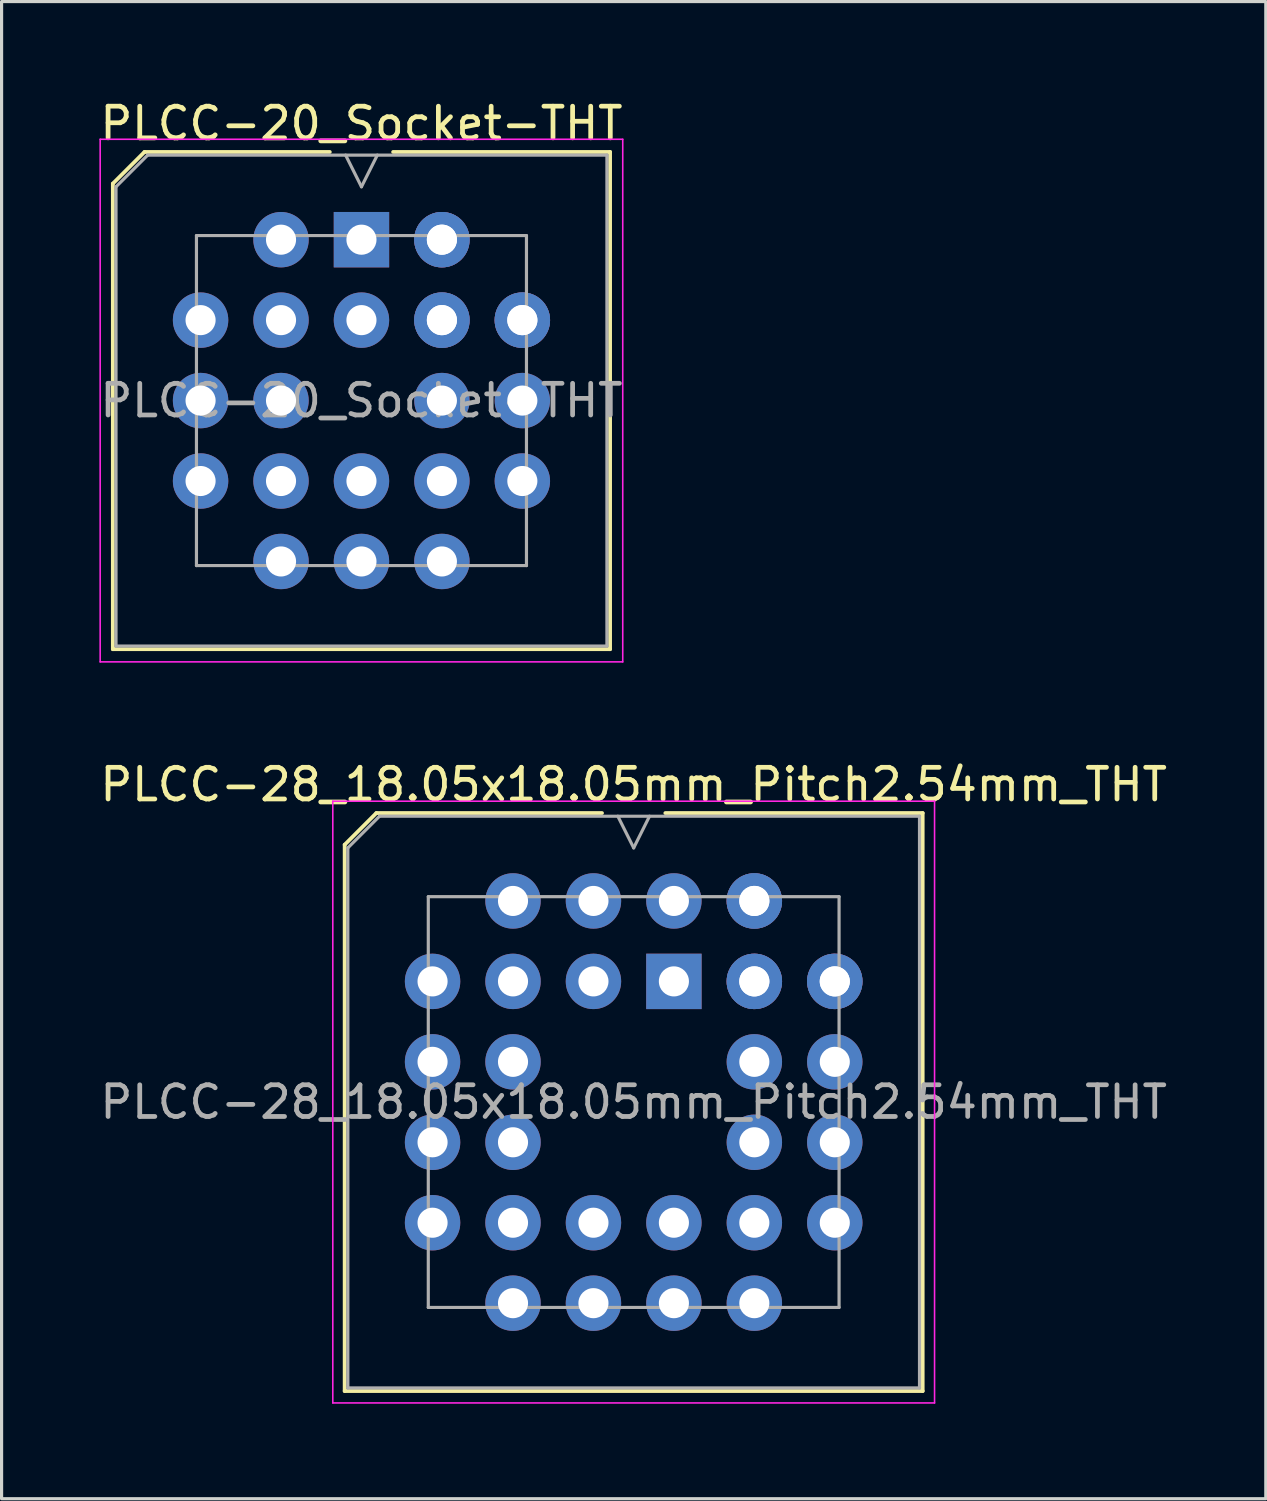
<source format=kicad_pcb>
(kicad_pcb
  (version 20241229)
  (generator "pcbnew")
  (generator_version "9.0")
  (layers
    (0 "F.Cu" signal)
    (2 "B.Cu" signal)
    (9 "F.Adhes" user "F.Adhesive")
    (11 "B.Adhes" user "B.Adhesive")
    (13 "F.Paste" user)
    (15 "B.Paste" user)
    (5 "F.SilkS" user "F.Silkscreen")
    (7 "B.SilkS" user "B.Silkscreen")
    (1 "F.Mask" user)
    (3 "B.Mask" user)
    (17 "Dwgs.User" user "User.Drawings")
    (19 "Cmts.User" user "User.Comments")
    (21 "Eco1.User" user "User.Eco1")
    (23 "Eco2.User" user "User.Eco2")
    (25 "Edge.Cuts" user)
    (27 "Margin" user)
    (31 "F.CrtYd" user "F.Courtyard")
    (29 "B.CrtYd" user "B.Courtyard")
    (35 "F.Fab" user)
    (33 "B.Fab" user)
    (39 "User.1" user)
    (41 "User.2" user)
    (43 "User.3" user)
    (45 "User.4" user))
  (footprint "PLCC-28_18.05x18.05mm_Pitch2.54mm_THT"
    (layer "F.Cu")
    (at 16.958 31.747)
    (property "Reference" "PLCC-28_18.05x18.05mm_Pitch2.54mm_THT" (at 0 -10.025 0) (layer "F.SilkS") (effects (font (size 1 1) (thickness 0.15))))
    (attr through_hole)
    (fp_line (start -9.125 -8.125) (end -9.125 9.125) (stroke (width 0.12) (type solid)) (layer "F.SilkS"))
    (fp_line (start -9.125 9.125) (end 9.125 9.125) (stroke (width 0.12) (type solid)) (layer "F.SilkS"))
    (fp_line (start -8.125 -9.125) (end -9.125 -8.125) (stroke (width 0.12) (type solid)) (layer "F.SilkS"))
    (fp_line (start -1 -9.125) (end -8.125 -9.125) (stroke (width 0.12) (type solid)) (layer "F.SilkS"))
    (fp_line (start 9.125 -9.125) (end 1 -9.125) (stroke (width 0.12) (type solid)) (layer "F.SilkS"))
    (fp_line (start 9.125 9.125) (end 9.125 -9.125) (stroke (width 0.12) (type solid)) (layer "F.SilkS"))
    (fp_line (start -9.5 -9.5) (end -9.5 9.5) (stroke (width 0.05) (type solid)) (layer "F.CrtYd"))
    (fp_line (start -9.5 9.5) (end 9.5 9.5) (stroke (width 0.05) (type solid)) (layer "F.CrtYd"))
    (fp_line (start 9.5 -9.5) (end -9.5 -9.5) (stroke (width 0.05) (type solid)) (layer "F.CrtYd"))
    (fp_line (start 9.5 9.5) (end 9.5 -9.5) (stroke (width 0.05) (type solid)) (layer "F.CrtYd"))
    (fp_line (start -9.025 -8.025) (end -9.025 9.025) (stroke (width 0.1) (type solid)) (layer "F.Fab"))
    (fp_line (start -9.025 9.025) (end 9.025 9.025) (stroke (width 0.1) (type solid)) (layer "F.Fab"))
    (fp_line (start -8.025 -9.025) (end -9.025 -8.025) (stroke (width 0.1) (type solid)) (layer "F.Fab"))
    (fp_line (start -6.485 -6.485) (end -6.485 6.485) (stroke (width 0.1) (type solid)) (layer "F.Fab"))
    (fp_line (start -6.485 6.485) (end 6.485 6.485) (stroke (width 0.1) (type solid)) (layer "F.Fab"))
    (fp_line (start -0.5 -9.025) (end 0 -8.025) (stroke (width 0.1) (type solid)) (layer "F.Fab"))
    (fp_line (start 0 -8.025) (end 0.5 -9.025) (stroke (width 0.1) (type solid)) (layer "F.Fab"))
    (fp_line (start 6.485 -6.485) (end -6.485 -6.485) (stroke (width 0.1) (type solid)) (layer "F.Fab"))
    (fp_line (start 6.485 6.485) (end 6.485 -6.485) (stroke (width 0.1) (type solid)) (layer "F.Fab"))
    (fp_line (start 9.025 -9.025) (end -8.025 -9.025) (stroke (width 0.1) (type solid)) (layer "F.Fab"))
    (fp_line (start 9.025 9.025) (end 9.025 -9.025) (stroke (width 0.1) (type solid)) (layer "F.Fab"))
    (fp_text user "${REFERENCE}" (at 0 0 0) (layer "F.Fab") (effects (font (size 1 1) (thickness 0.15))))
    (pad "1" thru_hole rect (at 1.27 -3.81) (size 1.75 1.75) (drill 0.95) (layers "*.Cu" "*.Mask"))
    (pad "2" thru_hole circle (at -1.27 -6.35) (size 1.75 1.75) (drill 0.95) (layers "*.Cu" "*.Mask"))
    (pad "3" thru_hole circle (at -1.27 -3.81) (size 1.75 1.75) (drill 0.95) (layers "*.Cu" "*.Mask"))
    (pad "4" thru_hole circle (at -3.81 -6.35) (size 1.75 1.75) (drill 0.95) (layers "*.Cu" "*.Mask"))
    (pad "5" thru_hole circle (at -6.35 -3.81) (size 1.75 1.75) (drill 0.95) (layers "*.Cu" "*.Mask"))
    (pad "6" thru_hole circle (at -3.81 -3.81) (size 1.75 1.75) (drill 0.95) (layers "*.Cu" "*.Mask"))
    (pad "7" thru_hole circle (at -6.35 -1.27) (size 1.75 1.75) (drill 0.95) (layers "*.Cu" "*.Mask"))
    (pad "8" thru_hole circle (at -3.81 -1.27) (size 1.75 1.75) (drill 0.95) (layers "*.Cu" "*.Mask"))
    (pad "9" thru_hole circle (at -6.35 1.27) (size 1.75 1.75) (drill 0.95) (layers "*.Cu" "*.Mask"))
    (pad "10" thru_hole circle (at -3.81 1.27) (size 1.75 1.75) (drill 0.95) (layers "*.Cu" "*.Mask"))
    (pad "11" thru_hole circle (at -6.35 3.81) (size 1.75 1.75) (drill 0.95) (layers "*.Cu" "*.Mask"))
    (pad "12" thru_hole circle (at -3.81 6.35) (size 1.75 1.75) (drill 0.95) (layers "*.Cu" "*.Mask"))
    (pad "13" thru_hole circle (at -3.81 3.81) (size 1.75 1.75) (drill 0.95) (layers "*.Cu" "*.Mask"))
    (pad "14" thru_hole circle (at -1.27 6.35) (size 1.75 1.75) (drill 0.95) (layers "*.Cu" "*.Mask"))
    (pad "15" thru_hole circle (at -1.27 3.81) (size 1.75 1.75) (drill 0.95) (layers "*.Cu" "*.Mask"))
    (pad "16" thru_hole circle (at 1.27 6.35) (size 1.75 1.75) (drill 0.95) (layers "*.Cu" "*.Mask"))
    (pad "17" thru_hole circle (at 1.27 3.81) (size 1.75 1.75) (drill 0.95) (layers "*.Cu" "*.Mask"))
    (pad "18" thru_hole circle (at 3.81 6.35) (size 1.75 1.75) (drill 0.95) (layers "*.Cu" "*.Mask"))
    (pad "19" thru_hole circle (at 3.81 3.81) (size 1.75 1.75) (drill 0.95) (layers "*.Cu" "*.Mask"))
    (pad "19" thru_hole circle (at 6.35 3.81) (size 1.75 1.75) (drill 0.95) (layers "*.Cu" "*.Mask"))
    (pad "20" thru_hole circle (at 3.81 1.27) (size 1.75 1.75) (drill 0.95) (layers "*.Cu" "*.Mask"))
    (pad "21" thru_hole circle (at 6.35 1.27) (size 1.75 1.75) (drill 0.95) (layers "*.Cu" "*.Mask"))
    (pad "22" thru_hole circle (at 3.81 -1.27) (size 1.75 1.75) (drill 0.95) (layers "*.Cu" "*.Mask"))
    (pad "23" thru_hole circle (at 6.35 -1.27) (size 1.75 1.75) (drill 0.95) (layers "*.Cu" "*.Mask"))
    (pad "24" thru_hole circle (at 3.81 -3.81) (size 1.75 1.75) (drill 0.95) (layers "*.Cu" "*.Mask"))
    (pad "25" thru_hole circle (at 6.35 -3.81) (size 1.75 1.75) (drill 0.95) (layers "*.Cu" "*.Mask"))
    (pad "25" thru_hole circle (at 6.35 -3.81) (size 1.75 1.75) (drill 0.95) (layers "*.Cu" "*.Mask"))
    (pad "26" thru_hole circle (at 3.81 -6.35) (size 1.75 1.75) (drill 0.95) (layers "*.Cu" "*.Mask"))
    (pad "26" thru_hole circle (at 3.81 -6.35) (size 1.75 1.75) (drill 0.95) (layers "*.Cu" "*.Mask"))
    (pad "27" thru_hole circle (at 3.81 -3.81) (size 1.75 1.75) (drill 0.95) (layers "*.Cu" "*.Mask"))
    (pad "28" thru_hole circle (at 1.27 -6.35) (size 1.75 1.75) (drill 0.95) (layers "*.Cu" "*.Mask")))
  (footprint "PLCC-20_Socket-THT"
    (layer "F.Cu")
    (at 8.363 4.518)
    (property "Reference" "PLCC-20_Socket-THT" (at 0 -3.67 0) (layer "F.SilkS") (effects (font (size 1 1) (thickness 0.15))))
    (attr through_hole)
    (fp_line (start -7.85 -1.77) (end -7.85 12.93) (stroke (width 0.12) (type solid)) (layer "F.SilkS"))
    (fp_line (start -7.85 12.93) (end 7.85 12.93) (stroke (width 0.12) (type solid)) (layer "F.SilkS"))
    (fp_line (start -6.85 -2.77) (end -7.85 -1.77) (stroke (width 0.12) (type solid)) (layer "F.SilkS"))
    (fp_line (start -1 -2.77) (end -6.85 -2.77) (stroke (width 0.12) (type solid)) (layer "F.SilkS"))
    (fp_line (start 7.85 -2.77) (end 1 -2.77) (stroke (width 0.12) (type solid)) (layer "F.SilkS"))
    (fp_line (start 7.85 12.93) (end 7.85 -2.77) (stroke (width 0.12) (type solid)) (layer "F.SilkS"))
    (fp_line (start -8.25 -3.17) (end -8.25 13.33) (stroke (width 0.05) (type solid)) (layer "F.CrtYd"))
    (fp_line (start -8.25 13.33) (end 8.25 13.33) (stroke (width 0.05) (type solid)) (layer "F.CrtYd"))
    (fp_line (start 8.25 -3.17) (end -8.25 -3.17) (stroke (width 0.05) (type solid)) (layer "F.CrtYd"))
    (fp_line (start 8.25 13.33) (end 8.25 -3.17) (stroke (width 0.05) (type solid)) (layer "F.CrtYd"))
    (fp_line (start -7.75 -1.67) (end -7.75 12.83) (stroke (width 0.1) (type solid)) (layer "F.Fab"))
    (fp_line (start -7.75 12.83) (end 7.75 12.83) (stroke (width 0.1) (type solid)) (layer "F.Fab"))
    (fp_line (start -6.75 -2.67) (end -7.75 -1.67) (stroke (width 0.1) (type solid)) (layer "F.Fab"))
    (fp_line (start -5.21 -0.13) (end -5.21 10.29) (stroke (width 0.1) (type solid)) (layer "F.Fab"))
    (fp_line (start -5.21 10.29) (end 5.21 10.29) (stroke (width 0.1) (type solid)) (layer "F.Fab"))
    (fp_line (start -0.5 -2.67) (end 0 -1.67) (stroke (width 0.1) (type solid)) (layer "F.Fab"))
    (fp_line (start 0 -1.67) (end 0.5 -2.67) (stroke (width 0.1) (type solid)) (layer "F.Fab"))
    (fp_line (start 5.21 -0.13) (end -5.21 -0.13) (stroke (width 0.1) (type solid)) (layer "F.Fab"))
    (fp_line (start 5.21 10.29) (end 5.21 -0.13) (stroke (width 0.1) (type solid)) (layer "F.Fab"))
    (fp_line (start 7.75 -2.67) (end -6.75 -2.67) (stroke (width 0.1) (type solid)) (layer "F.Fab"))
    (fp_line (start 7.75 12.83) (end 7.75 -2.67) (stroke (width 0.1) (type solid)) (layer "F.Fab"))
    (fp_text user "${REFERENCE}" (at 0 5.08 0) (layer "F.Fab") (effects (font (size 1 1) (thickness 0.15))))
    (pad "1" thru_hole rect (at 0 0) (size 1.75 1.75) (drill 0.95) (layers "*.Cu" "*.Mask"))
    (pad "2" thru_hole circle (at 0 2.54) (size 1.75 1.75) (drill 0.95) (layers "*.Cu" "*.Mask"))
    (pad "3" thru_hole circle (at -2.54 0) (size 1.75 1.75) (drill 0.95) (layers "*.Cu" "*.Mask"))
    (pad "4" thru_hole circle (at -5.08 2.54) (size 1.75 1.75) (drill 0.95) (layers "*.Cu" "*.Mask"))
    (pad "5" thru_hole circle (at -2.54 2.54) (size 1.75 1.75) (drill 0.95) (layers "*.Cu" "*.Mask"))
    (pad "6" thru_hole circle (at -5.08 5.08) (size 1.75 1.75) (drill 0.95) (layers "*.Cu" "*.Mask"))
    (pad "7" thru_hole circle (at -2.54 5.08) (size 1.75 1.75) (drill 0.95) (layers "*.Cu" "*.Mask"))
    (pad "8" thru_hole circle (at -5.08 7.62) (size 1.75 1.75) (drill 0.95) (layers "*.Cu" "*.Mask"))
    (pad "9" thru_hole circle (at -2.54 10.16) (size 1.75 1.75) (drill 0.95) (layers "*.Cu" "*.Mask"))
    (pad "10" thru_hole circle (at -2.54 7.62) (size 1.75 1.75) (drill 0.95) (layers "*.Cu" "*.Mask"))
    (pad "11" thru_hole circle (at 0 10.16) (size 1.75 1.75) (drill 0.95) (layers "*.Cu" "*.Mask"))
    (pad "12" thru_hole circle (at 0 7.62) (size 1.75 1.75) (drill 0.95) (layers "*.Cu" "*.Mask"))
    (pad "13" thru_hole circle (at 2.54 10.16) (size 1.75 1.75) (drill 0.95) (layers "*.Cu" "*.Mask"))
    (pad "14" thru_hole circle (at 2.54 7.62) (size 1.75 1.75) (drill 0.95) (layers "*.Cu" "*.Mask"))
    (pad "14" thru_hole circle (at 5.08 7.62) (size 1.75 1.75) (drill 0.95) (layers "*.Cu" "*.Mask"))
    (pad "15" thru_hole circle (at 2.54 5.08) (size 1.75 1.75) (drill 0.95) (layers "*.Cu" "*.Mask"))
    (pad "16" thru_hole circle (at 5.08 5.08) (size 1.75 1.75) (drill 0.95) (layers "*.Cu" "*.Mask"))
    (pad "17" thru_hole circle (at 2.54 2.54) (size 1.75 1.75) (drill 0.95) (layers "*.Cu" "*.Mask"))
    (pad "18" thru_hole circle (at 5.08 2.54) (size 1.75 1.75) (drill 0.95) (layers "*.Cu" "*.Mask"))
    (pad "18" thru_hole circle (at 5.08 2.54) (size 1.75 1.75) (drill 0.95) (layers "*.Cu" "*.Mask"))
    (pad "19" thru_hole circle (at 2.54 0) (size 1.75 1.75) (drill 0.95) (layers "*.Cu" "*.Mask"))
    (pad "19" thru_hole circle (at 2.54 0) (size 1.75 1.75) (drill 0.95) (layers "*.Cu" "*.Mask"))
    (pad "20" thru_hole circle (at 2.54 2.54) (size 1.75 1.75) (drill 0.95) (layers "*.Cu" "*.Mask")))
  (gr_rect
    (start -3 -3)
    (end 36.917 44.272)
    (stroke (width 0.1) (type default))
    (fill no)
    (layer "Edge.Cuts")))
</source>
